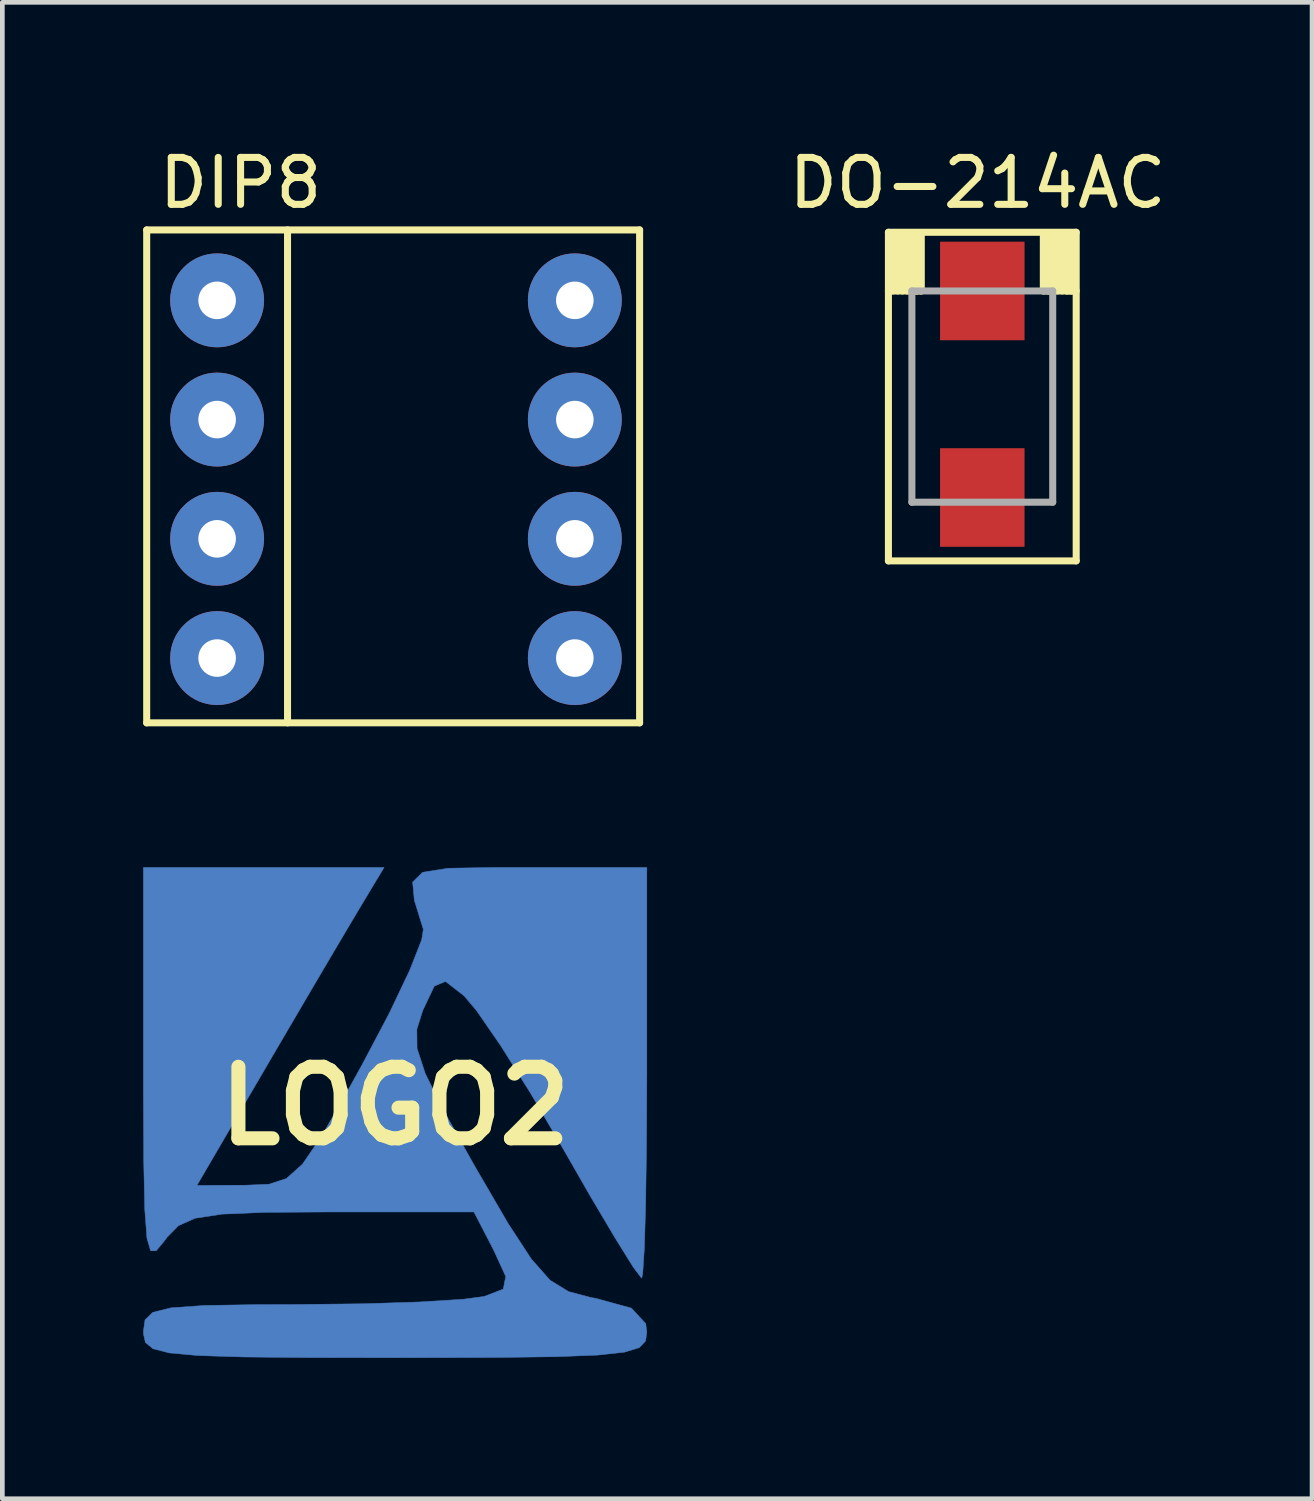
<source format=kicad_pcb>
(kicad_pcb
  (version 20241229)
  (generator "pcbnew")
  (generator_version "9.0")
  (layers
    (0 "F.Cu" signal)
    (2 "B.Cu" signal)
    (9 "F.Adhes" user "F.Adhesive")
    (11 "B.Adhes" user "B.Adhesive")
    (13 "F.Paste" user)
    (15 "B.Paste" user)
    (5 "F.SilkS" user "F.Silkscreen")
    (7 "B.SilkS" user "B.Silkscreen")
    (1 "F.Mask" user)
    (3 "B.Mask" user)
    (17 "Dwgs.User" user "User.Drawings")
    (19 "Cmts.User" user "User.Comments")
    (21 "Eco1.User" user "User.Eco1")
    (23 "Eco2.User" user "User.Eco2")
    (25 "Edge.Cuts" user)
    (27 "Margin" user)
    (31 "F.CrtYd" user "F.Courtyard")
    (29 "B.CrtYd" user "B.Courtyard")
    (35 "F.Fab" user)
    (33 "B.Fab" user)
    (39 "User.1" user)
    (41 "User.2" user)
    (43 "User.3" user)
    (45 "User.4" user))
  (footprint "DO-214AC"
    (layer "F.Cu")
    (at 17.875 3.148)
    (property "Reference" "DO-214AC" (at -0.1 -2.3 0) (layer "F.SilkS") (effects (font (size 1 1) (thickness 0.15))))
    (attr through_hole)
    (fp_line (start -2 -1.25) (end 2 -1.25) (stroke (width 0.15) (type solid)) (layer "F.SilkS"))
    (fp_line (start -2 0) (end -1.4 0) (stroke (width 0.15) (type solid)) (layer "F.SilkS"))
    (fp_line (start -2 5.75) (end -2 -1.25) (stroke (width 0.15) (type solid)) (layer "F.SilkS"))
    (fp_line (start -1.9 -1.2) (end -1.9 0) (stroke (width 0.15) (type solid)) (layer "F.SilkS"))
    (fp_line (start -1.8 -1.2) (end -1.8 0) (stroke (width 0.15) (type solid)) (layer "F.SilkS"))
    (fp_line (start -1.7 -1.2) (end -1.7 0) (stroke (width 0.15) (type solid)) (layer "F.SilkS"))
    (fp_line (start -1.6 -1.2) (end -1.6 0) (stroke (width 0.15) (type solid)) (layer "F.SilkS"))
    (fp_line (start -1.5 -1.2) (end -1.5 0) (stroke (width 0.15) (type solid)) (layer "F.SilkS"))
    (fp_line (start -1.4 -1.2) (end -1.4 0) (stroke (width 0.15) (type solid)) (layer "F.SilkS"))
    (fp_line (start -1.3 0) (end -1.4 0) (stroke (width 0.15) (type solid)) (layer "F.SilkS"))
    (fp_line (start -1.3 0) (end -1.3 -1.2) (stroke (width 0.15) (type solid)) (layer "F.SilkS"))
    (fp_line (start 1.3 -1.2) (end 1.3 0) (stroke (width 0.15) (type solid)) (layer "F.SilkS"))
    (fp_line (start 1.3 0) (end 2 0) (stroke (width 0.15) (type solid)) (layer "F.SilkS"))
    (fp_line (start 1.4 -1.2) (end 1.4 0) (stroke (width 0.15) (type solid)) (layer "F.SilkS"))
    (fp_line (start 1.5 -1.2) (end 1.5 0) (stroke (width 0.15) (type solid)) (layer "F.SilkS"))
    (fp_line (start 1.6 0) (end 1.6 -1.2) (stroke (width 0.15) (type solid)) (layer "F.SilkS"))
    (fp_line (start 1.7 -1.2) (end 1.7 0) (stroke (width 0.15) (type solid)) (layer "F.SilkS"))
    (fp_line (start 1.8 -1.2) (end 1.8 0) (stroke (width 0.15) (type solid)) (layer "F.SilkS"))
    (fp_line (start 1.8 0) (end 1.9 0) (stroke (width 0.15) (type solid)) (layer "F.SilkS"))
    (fp_line (start 1.9 0) (end 1.9 -1.2) (stroke (width 0.15) (type solid)) (layer "F.SilkS"))
    (fp_line (start 2 -1.25) (end 2 5.75) (stroke (width 0.15) (type solid)) (layer "F.SilkS"))
    (fp_line (start 2 5.75) (end -2 5.75) (stroke (width 0.15) (type solid)) (layer "F.SilkS"))
    (fp_line (start -1.5 0) (end -1.5 4.5) (stroke (width 0.15) (type solid)) (layer "F.Fab"))
    (fp_line (start -1.5 4.5) (end 1.5 4.5) (stroke (width 0.15) (type solid)) (layer "F.Fab"))
    (fp_line (start 1.5 0) (end -1.5 0) (stroke (width 0.15) (type solid)) (layer "F.Fab"))
    (fp_line (start 1.5 4.5) (end 1.5 0) (stroke (width 0.15) (type solid)) (layer "F.Fab"))
    (pad "1" smd rect (at 0 0) (size 1.8 2.1) (layers "F.Cu" "F.Mask" "F.Paste"))
    (pad "2" smd rect (at 0 4.4) (size 1.8 2.1) (layers "F.Cu" "F.Mask" "F.Paste")))
  (footprint "LOGO2"
    (layer "F.Cu")
    (at 5.367 20.509)
    (property "Reference" "LOGO2" (at 0 0 0) (layer "F.SilkS") (effects (font (size 1.524 1.524) (thickness 0.3))))
    (attr through_hole)
    (fp_poly (pts (xy 2.789 -5.08) (xy 5.362 -5.08) (xy 5.362 -0.706) (xy 5.355 0.794) (xy 5.337 2.071) (xy 5.309 3.032) (xy 5.273 3.579) (xy 5.251 3.669) (xy 5.076 3.439) (xy 4.687 2.814) (xy 4.142 1.894) (xy 3.576 0.907) (xy 2.892 -0.26) (xy 2.252 -1.28) (xy 1.736 -2.029) (xy 1.467 -2.348) (xy 1.073 -2.652) (xy 0.835 -2.554) (xy 0.59 -2.037) (xy 0.463 -1.636) (xy 0.467 -1.224) (xy 0.643 -0.687) (xy 1.03 0.092) (xy 1.665 1.228) (xy 1.731 1.343) (xy 2.406 2.502) (xy 2.901 3.26) (xy 3.301 3.713) (xy 3.696 3.955) (xy 4.173 4.081) (xy 4.283 4.101) (xy 5.033 4.307) (xy 5.338 4.636) (xy 5.362 4.823) (xy 5.334 5.01) (xy 5.2 5.148) (xy 4.885 5.245) (xy 4.315 5.307) (xy 3.416 5.342) (xy 2.113 5.358) (xy 0.333 5.362) (xy 0 5.362) (xy -1.862 5.36) (xy -3.235 5.347) (xy -4.192 5.317) (xy -4.809 5.261) (xy -5.159 5.171) (xy -5.319 5.039) (xy -5.361 4.858) (xy -5.362 4.798) (xy -5.328 4.557) (xy -5.163 4.397) (xy -4.773 4.3) (xy -4.063 4.25) (xy -2.939 4.232) (xy -2.046 4.229) (xy -0.676 4.214) (xy 0.535 4.175) (xy 1.447 4.118) (xy 1.896 4.058) (xy 2.304 3.902) (xy 2.356 3.631) (xy 2.101 3.074) (xy 1.679 2.258) (xy -1.402 2.258) (xy -2.768 2.266) (xy -3.684 2.304) (xy -4.262 2.392) (xy -4.616 2.55) (xy -4.86 2.799) (xy -4.923 2.885) (xy -5.09 3.085) (xy -5.209 3.085) (xy -5.287 2.815) (xy -5.333 2.206) (xy -5.355 1.19) (xy -5.362 -0.304) (xy -5.362 -0.784) (xy -5.362 -5.08) (xy -0.236 -5.08) (xy -0.787 -4.163) (xy -1.17 -3.518) (xy -1.743 -2.546) (xy -2.411 -1.407) (xy -2.78 -0.776) (xy -4.223 1.693) (xy -3.17 1.688) (xy -2.687 1.667) (xy -2.317 1.547) (xy -1.974 1.24) (xy -1.573 0.656) (xy -1.027 -0.293) (xy -0.706 -0.874) (xy -0.127 -1.97) (xy 0.315 -2.9) (xy 0.567 -3.544) (xy 0.601 -3.762) (xy 0.409 -4.382) (xy 0.373 -4.769) (xy 0.585 -4.978) (xy 1.134 -5.064) (xy 2.111 -5.08) (xy 2.789 -5.08)) (stroke (width 0.01) (type solid)) (fill yes) (layer "B.Cu")))
  (footprint "DIP8"
    (layer "F.Cu")
    (at 1.575 3.348)
    (property "Reference" "DIP8" (at 0.5 -2.5 0) (layer "F.SilkS") (effects (font (size 1 1) (thickness 0.15))))
    (attr through_hole)
    (fp_line (start -1.5 -1.5) (end 9 -1.5) (stroke (width 0.15) (type solid)) (layer "F.SilkS"))
    (fp_line (start -1.5 9) (end -1.5 -1.5) (stroke (width 0.15) (type solid)) (layer "F.SilkS"))
    (fp_line (start 1.5 -1.5) (end 1.5 9) (stroke (width 0.15) (type solid)) (layer "F.SilkS"))
    (fp_line (start 9 -1.5) (end 9 9) (stroke (width 0.15) (type solid)) (layer "F.SilkS"))
    (fp_line (start 9 9) (end -1.5 9) (stroke (width 0.15) (type solid)) (layer "F.SilkS"))
    (pad "1" thru_hole circle (at 0 0) (size 2 2) (drill 0.8) (layers "*.Cu" "*.Mask"))
    (pad "2" thru_hole circle (at 0 2.54) (size 2 2) (drill 0.8) (layers "*.Cu" "*.Mask"))
    (pad "3" thru_hole circle (at 0 5.08) (size 2 2) (drill 0.8) (layers "*.Cu" "*.Mask"))
    (pad "4" thru_hole circle (at 0 7.62) (size 2 2) (drill 0.8) (layers "*.Cu" "*.Mask"))
    (pad "5" thru_hole circle (at 7.62 7.62) (size 2 2) (drill 0.8) (layers "*.Cu" "*.Mask"))
    (pad "6" thru_hole circle (at 7.62 5.08) (size 2 2) (drill 0.8) (layers "*.Cu" "*.Mask"))
    (pad "7" thru_hole circle (at 7.62 2.54) (size 2 2) (drill 0.8) (layers "*.Cu" "*.Mask"))
    (pad "8" thru_hole circle (at 7.62 0) (size 2 2) (drill 0.8) (layers "*.Cu" "*.Mask")))
  (gr_rect
    (start -3 -3)
    (end 24.9 28.876)
    (stroke (width 0.1) (type default))
    (fill no)
    (layer "Edge.Cuts")))
</source>
